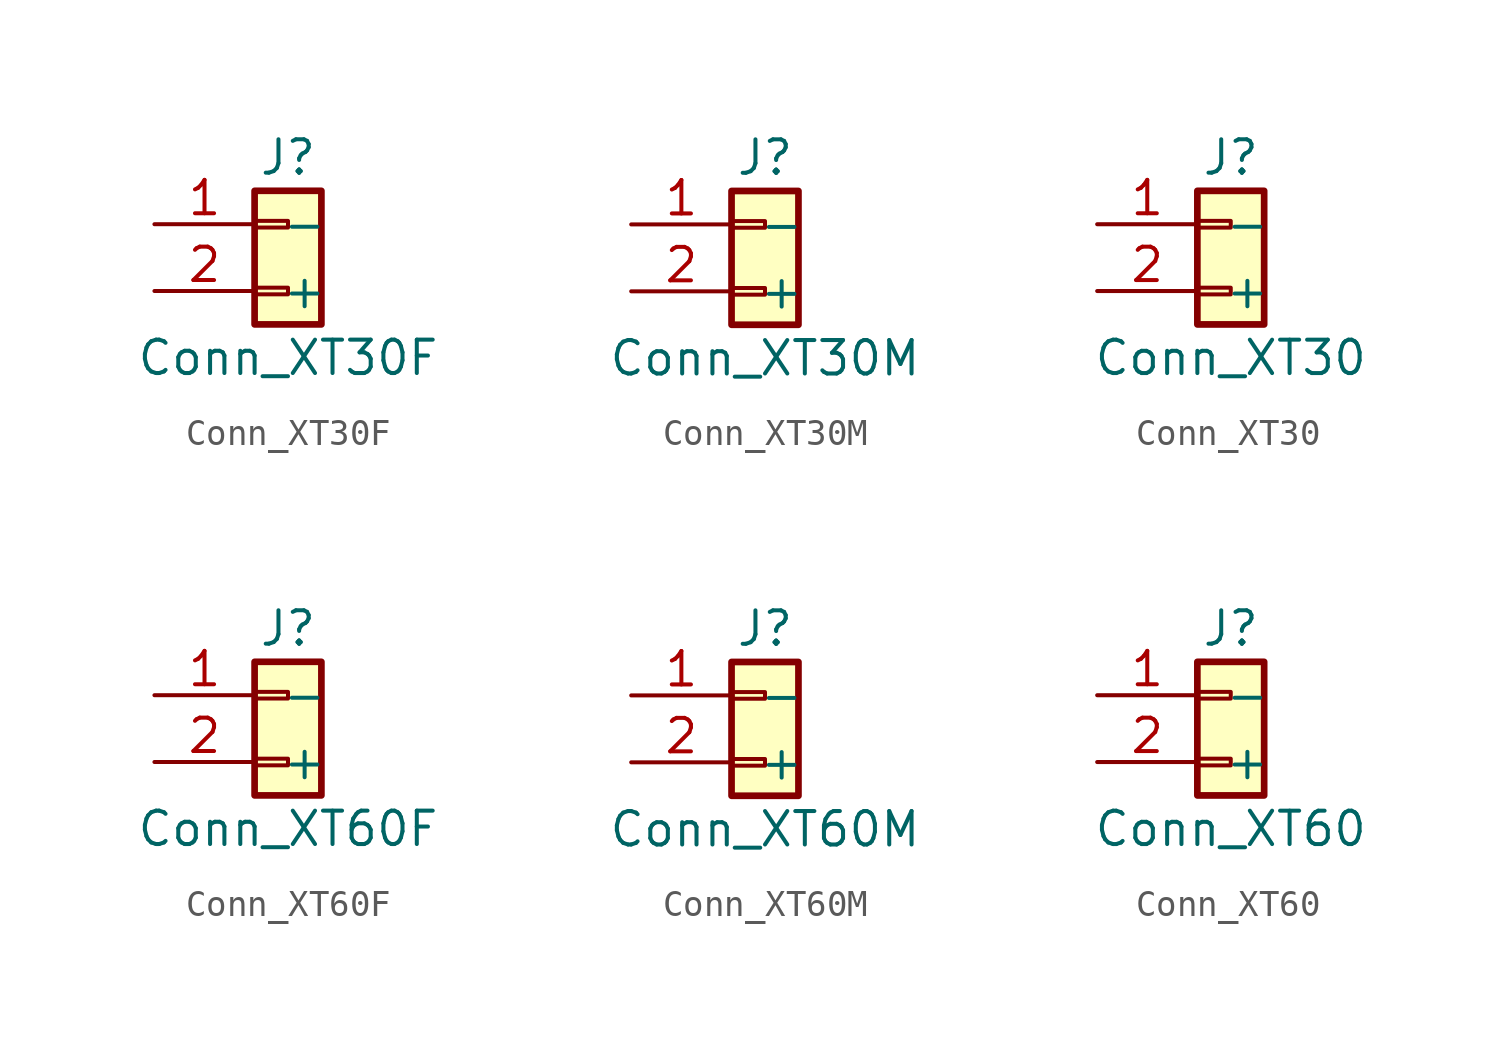
<source format=kicad_sym>
(kicad_symbol_lib
  (version 20231120)
  (generator "kicad_symbol_editor")
  (generator_version "8.0")
  (symbol "Conn_XT30F"
    (pin_names
      (offset 1.016))
    (property "Reference" "J"
      (at 0 2.54 0)
      (effects (font (size 1.27 1.27))))
    (property "Value" "Conn_XT30F"
      (at 0 -5.08 0)
      (effects (font (size 1.27 1.27))))
    (symbol "Conn_XT30F_1_1"
      (rectangle (start -1.27 -2.413) (end 0 -2.667) (stroke (width 0.152) (type solid)) (fill (type none)))
      (rectangle (start -1.27 0.127) (end 0 -0.127) (stroke (width 0.152) (type solid)) (fill (type none)))
      (rectangle (start -1.27 1.27) (end 1.27 -3.81) (stroke (width 0.254) (type solid)) (fill (type background)))
      (pin passive line (at -5.08 0 0) (length 3.81) (name "-" (effects (font (size 1.27 1.27)))) (number "1" (effects (font (size 1.27 1.27)))))
      (pin passive line (at -5.08 -2.54 0) (length 3.81) (name "+" (effects (font (size 1.27 1.27)))) (number "2" (effects (font (size 1.27 1.27)))))))
  (symbol "Conn_XT30M"
    (pin_names
      (offset 1.016))
    (property "Reference" "J"
      (at 0 2.54 0)
      (effects (font (size 1.27 1.27))))
    (property "Value" "Conn_XT30M"
      (at 0 -5.08 0)
      (effects (font (size 1.27 1.27))))
    (symbol "Conn_XT30M_1_1"
      (rectangle (start -1.27 -2.413) (end 0 -2.667) (stroke (width 0.152) (type solid)) (fill (type none)))
      (rectangle (start -1.27 0.127) (end 0 -0.127) (stroke (width 0.152) (type solid)) (fill (type none)))
      (rectangle (start -1.27 1.27) (end 1.27 -3.81) (stroke (width 0.254) (type solid)) (fill (type background)))
      (pin passive line (at -5.08 0 0) (length 3.81) (name "-" (effects (font (size 1.27 1.27)))) (number "1" (effects (font (size 1.27 1.27)))))
      (pin passive line (at -5.08 -2.54 0) (length 3.81) (name "+" (effects (font (size 1.27 1.27)))) (number "2" (effects (font (size 1.27 1.27)))))))
  (symbol "Conn_XT30"
    (pin_names
      (offset 1.016))
    (property "Reference" "J"
      (at 0 2.54 0)
      (effects (font (size 1.27 1.27))))
    (property "Value" "Conn_XT30"
      (at 0 -5.08 0)
      (effects (font (size 1.27 1.27))))
    (symbol "Conn_XT30_1_1"
      (rectangle (start -1.27 -2.413) (end 0 -2.667) (stroke (width 0.152) (type solid)) (fill (type none)))
      (rectangle (start -1.27 0.127) (end 0 -0.127) (stroke (width 0.152) (type solid)) (fill (type none)))
      (rectangle (start -1.27 1.27) (end 1.27 -3.81) (stroke (width 0.254) (type solid)) (fill (type background)))
      (pin passive line (at -5.08 0 0) (length 3.81) (name "-" (effects (font (size 1.27 1.27)))) (number "1" (effects (font (size 1.27 1.27)))))
      (pin passive line (at -5.08 -2.54 0) (length 3.81) (name "+" (effects (font (size 1.27 1.27)))) (number "2" (effects (font (size 1.27 1.27)))))))
  (symbol "Conn_XT60F"
    (pin_names
      (offset 1.016))
    (property "Reference" "J"
      (at 0 2.54 0)
      (effects (font (size 1.27 1.27))))
    (property "Value" "Conn_XT60F"
      (at 0 -5.08 0)
      (effects (font (size 1.27 1.27))))
    (symbol "Conn_XT60F_1_1"
      (rectangle (start -1.27 -2.413) (end 0 -2.667) (stroke (width 0.152) (type solid)) (fill (type none)))
      (rectangle (start -1.27 0.127) (end 0 -0.127) (stroke (width 0.152) (type solid)) (fill (type none)))
      (rectangle (start -1.27 1.27) (end 1.27 -3.81) (stroke (width 0.254) (type solid)) (fill (type background)))
      (pin passive line (at -5.08 0 0) (length 3.81) (name "-" (effects (font (size 1.27 1.27)))) (number "1" (effects (font (size 1.27 1.27)))))
      (pin passive line (at -5.08 -2.54 0) (length 3.81) (name "+" (effects (font (size 1.27 1.27)))) (number "2" (effects (font (size 1.27 1.27)))))))
  (symbol "Conn_XT60M"
    (pin_names
      (offset 1.016))
    (property "Reference" "J"
      (at 0 2.54 0)
      (effects (font (size 1.27 1.27))))
    (property "Value" "Conn_XT60M"
      (at 0 -5.08 0)
      (effects (font (size 1.27 1.27))))
    (symbol "Conn_XT60M_1_1"
      (rectangle (start -1.27 -2.413) (end 0 -2.667) (stroke (width 0.152) (type solid)) (fill (type none)))
      (rectangle (start -1.27 0.127) (end 0 -0.127) (stroke (width 0.152) (type solid)) (fill (type none)))
      (rectangle (start -1.27 1.27) (end 1.27 -3.81) (stroke (width 0.254) (type solid)) (fill (type background)))
      (pin passive line (at -5.08 0 0) (length 3.81) (name "-" (effects (font (size 1.27 1.27)))) (number "1" (effects (font (size 1.27 1.27)))))
      (pin passive line (at -5.08 -2.54 0) (length 3.81) (name "+" (effects (font (size 1.27 1.27)))) (number "2" (effects (font (size 1.27 1.27)))))))
  (symbol "Conn_XT60"
    (pin_names
      (offset 1.016))
    (property "Reference" "J"
      (at 0 2.54 0)
      (effects (font (size 1.27 1.27))))
    (property "Value" "Conn_XT60"
      (at 0 -5.08 0)
      (effects (font (size 1.27 1.27))))
    (symbol "Conn_XT60_1_1"
      (rectangle (start -1.27 -2.413) (end 0 -2.667) (stroke (width 0.152) (type solid)) (fill (type none)))
      (rectangle (start -1.27 0.127) (end 0 -0.127) (stroke (width 0.152) (type solid)) (fill (type none)))
      (rectangle (start -1.27 1.27) (end 1.27 -3.81) (stroke (width 0.254) (type solid)) (fill (type background)))
      (pin passive line (at -5.08 0 0) (length 3.81) (name "-" (effects (font (size 1.27 1.27)))) (number "1" (effects (font (size 1.27 1.27)))))
      (pin passive line (at -5.08 -2.54 0) (length 3.81) (name "+" (effects (font (size 1.27 1.27)))) (number "2" (effects (font (size 1.27 1.27))))))))
</source>
